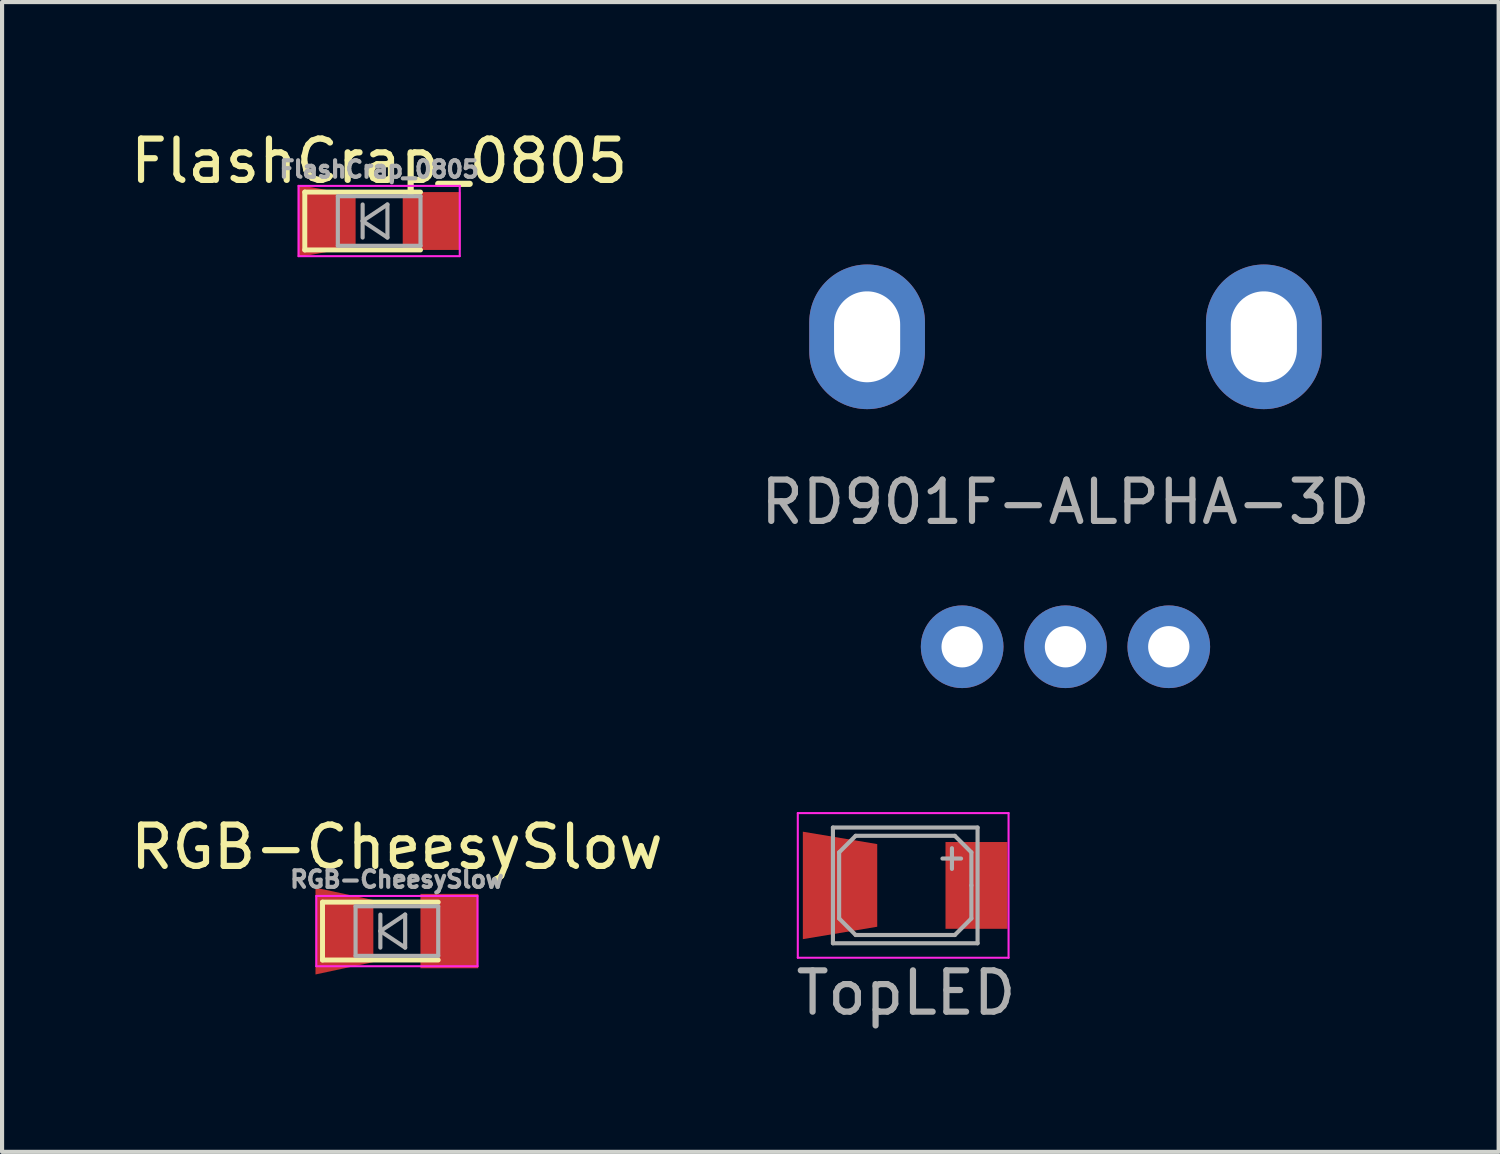
<source format=kicad_pcb>
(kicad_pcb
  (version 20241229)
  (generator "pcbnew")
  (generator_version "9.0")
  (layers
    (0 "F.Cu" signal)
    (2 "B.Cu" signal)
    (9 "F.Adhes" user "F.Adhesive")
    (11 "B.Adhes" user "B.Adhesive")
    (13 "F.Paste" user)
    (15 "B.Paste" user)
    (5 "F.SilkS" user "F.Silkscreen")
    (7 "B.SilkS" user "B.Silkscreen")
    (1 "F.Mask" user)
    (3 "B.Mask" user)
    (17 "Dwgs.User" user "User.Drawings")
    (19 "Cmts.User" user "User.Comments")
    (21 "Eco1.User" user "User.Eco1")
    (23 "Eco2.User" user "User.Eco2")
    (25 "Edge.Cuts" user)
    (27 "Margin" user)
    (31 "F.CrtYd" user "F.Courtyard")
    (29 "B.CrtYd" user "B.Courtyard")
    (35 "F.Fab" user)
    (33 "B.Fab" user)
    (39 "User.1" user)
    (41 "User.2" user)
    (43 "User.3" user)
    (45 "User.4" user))
  (footprint "RGB-CheesySlow"
    (layer "F.Cu")
    (at 6.554 19.48)
    (property "Reference" "RGB-CheesySlow" (at 0 -2.032 0) (layer "F.SilkS") (effects (font (size 1 1) (thickness 0.15))))
    (attr smd)
    (fp_line (start -1.8 -0.7) (end -1.8 0.7) (stroke (width 0.12) (type solid)) (layer "F.SilkS"))
    (fp_line (start -1.8 -0.7) (end 1 -0.7) (stroke (width 0.12) (type solid)) (layer "F.SilkS"))
    (fp_line (start -1.8 0.7) (end 1 0.7) (stroke (width 0.12) (type solid)) (layer "F.SilkS"))
    (fp_line (start -1.95 -0.85) (end 1.95 -0.85) (stroke (width 0.05) (type solid)) (layer "F.CrtYd"))
    (fp_line (start -1.95 0.85) (end -1.95 -0.85) (stroke (width 0.05) (type solid)) (layer "F.CrtYd"))
    (fp_line (start 1.95 -0.85) (end 1.95 0.85) (stroke (width 0.05) (type solid)) (layer "F.CrtYd"))
    (fp_line (start 1.95 0.85) (end -1.95 0.85) (stroke (width 0.05) (type solid)) (layer "F.CrtYd"))
    (fp_line (start -1 -0.6) (end 1 -0.6) (stroke (width 0.1) (type solid)) (layer "F.Fab"))
    (fp_line (start -1 0.6) (end -1 -0.6) (stroke (width 0.1) (type solid)) (layer "F.Fab"))
    (fp_line (start -0.4 -0.4) (end -0.4 0.4) (stroke (width 0.1) (type solid)) (layer "F.Fab"))
    (fp_line (start -0.4 0) (end 0.2 -0.4) (stroke (width 0.1) (type solid)) (layer "F.Fab"))
    (fp_line (start 0.2 -0.4) (end 0.2 0.4) (stroke (width 0.1) (type solid)) (layer "F.Fab"))
    (fp_line (start 0.2 0.4) (end -0.4 0) (stroke (width 0.1) (type solid)) (layer "F.Fab"))
    (fp_line (start 1 -0.6) (end 1 0.6) (stroke (width 0.1) (type solid)) (layer "F.Fab"))
    (fp_line (start 1 0.6) (end -1 0.6) (stroke (width 0.1) (type solid)) (layer "F.Fab"))
    (fp_text user "${REFERENCE}" (at 0 -1.25 0) (layer "F.Fab") (effects (font (size 0.4 0.4) (thickness 0.1))))
    (pad "1" smd trapezoid (at -1.27 0 180) (size 1.4 1.8) (rect_delta -0.3 0) (layers "F.Cu" "F.Mask" "F.Paste"))
    (pad "2" smd rect (at 1.27 0 180) (size 1.4 1.8) (layers "F.Cu" "F.Mask" "F.Paste")))
  (footprint "RD901F-ALPHA-3D"
    (layer "F.Cu")
    (at 22.732 5.1)
    (property "Reference" "RD901F-ALPHA-3D" (at 0 4 0) (layer "F.Fab") (effects (font (size 1 1) (thickness 0.15))))
    (attr through_hole)
    (fp_line (start -5 -5) (end 5 -5) (stroke (width 0.2) (type solid)) (layer "Eco2.User"))
    (fp_line (start -5 0) (end -5 -5) (stroke (width 0.2) (type solid)) (layer "Eco2.User"))
    (fp_line (start -5 6) (end -5 0) (stroke (width 0.2) (type solid)) (layer "Eco2.User"))
    (fp_line (start 5 -5) (end 5 6) (stroke (width 0.2) (type solid)) (layer "Eco2.User"))
    (fp_line (start 5 6) (end -5 6) (stroke (width 0.2) (type solid)) (layer "Eco2.User"))
    (fp_circle (center 0 0) (end 2.236 0) (stroke (width 0.2) (type solid)) (fill no) (layer "Eco2.User"))
    (pad "" thru_hole oval (at -4.8 0) (size 2.8 3.5) (drill oval 1.6 2.2) (layers "*.Cu" "*.Mask"))
    (pad "" thru_hole oval (at 4.8 0) (size 2.8 3.5) (drill oval 1.6 2.2) (layers "*.Cu" "*.Mask"))
    (pad "1" thru_hole circle (at -2.5 7.5) (size 2 2) (drill 1) (layers "*.Cu" "*.Mask"))
    (pad "2" thru_hole circle (at 0 7.5) (size 2 2) (drill 1) (layers "*.Cu" "*.Mask"))
    (pad "3" thru_hole circle (at 2.5 7.5) (size 2 2) (drill 1) (layers "*.Cu" "*.Mask")))
  (footprint "FlashCrap_0805"
    (layer "F.Cu")
    (at 6.125 2.298)
    (property "Reference" "FlashCrap_0805" (at 0 -1.45 0) (layer "F.SilkS") (effects (font (size 1 1) (thickness 0.15))))
    (attr smd)
    (fp_line (start -1.8 -0.7) (end -1.8 0.7) (stroke (width 0.12) (type solid)) (layer "F.SilkS"))
    (fp_line (start -1.8 -0.7) (end 1 -0.7) (stroke (width 0.12) (type solid)) (layer "F.SilkS"))
    (fp_line (start -1.8 0.7) (end 1 0.7) (stroke (width 0.12) (type solid)) (layer "F.SilkS"))
    (fp_line (start -1.95 -0.85) (end 1.95 -0.85) (stroke (width 0.05) (type solid)) (layer "F.CrtYd"))
    (fp_line (start -1.95 0.85) (end -1.95 -0.85) (stroke (width 0.05) (type solid)) (layer "F.CrtYd"))
    (fp_line (start 1.95 -0.85) (end 1.95 0.85) (stroke (width 0.05) (type solid)) (layer "F.CrtYd"))
    (fp_line (start 1.95 0.85) (end -1.95 0.85) (stroke (width 0.05) (type solid)) (layer "F.CrtYd"))
    (fp_line (start -1 -0.6) (end 1 -0.6) (stroke (width 0.1) (type solid)) (layer "F.Fab"))
    (fp_line (start -1 0.6) (end -1 -0.6) (stroke (width 0.1) (type solid)) (layer "F.Fab"))
    (fp_line (start -0.4 -0.4) (end -0.4 0.4) (stroke (width 0.1) (type solid)) (layer "F.Fab"))
    (fp_line (start -0.4 0) (end 0.2 -0.4) (stroke (width 0.1) (type solid)) (layer "F.Fab"))
    (fp_line (start 0.2 -0.4) (end 0.2 0.4) (stroke (width 0.1) (type solid)) (layer "F.Fab"))
    (fp_line (start 0.2 0.4) (end -0.4 0) (stroke (width 0.1) (type solid)) (layer "F.Fab"))
    (fp_line (start 1 -0.6) (end 1 0.6) (stroke (width 0.1) (type solid)) (layer "F.Fab"))
    (fp_line (start 1 0.6) (end -1 0.6) (stroke (width 0.1) (type solid)) (layer "F.Fab"))
    (fp_text user "${REFERENCE}" (at 0 -1.25 0) (layer "F.Fab") (effects (font (size 0.4 0.4) (thickness 0.1))))
    (pad "1" smd trapezoid (at -1.27 0 180) (size 1.4 1.5) (rect_delta -0.25 0) (layers "F.Cu" "F.Mask" "F.Paste"))
    (pad "2" smd rect (at 1.27 0 180) (size 1.4 1.4) (layers "F.Cu" "F.Mask" "F.Paste")))
  (footprint "TopLED"
    (layer "F.Cu")
    (at 19.055 18.375)
    (property "Reference" "TopLED" (at -0.18 2.6 0) (layer "F.Fab") (effects (font (size 1 1) (thickness 0.15))))
    (attr smd)
    (fp_line (start -2.8 -1.75) (end 2.3 -1.75) (stroke (width 0.05) (type solid)) (layer "F.CrtYd"))
    (fp_line (start -2.8 1.75) (end -2.8 -1.75) (stroke (width 0.05) (type solid)) (layer "F.CrtYd"))
    (fp_line (start 2.3 -1.75) (end 2.3 1.75) (stroke (width 0.05) (type solid)) (layer "F.CrtYd"))
    (fp_line (start 2.3 1.75) (end -2.8 1.75) (stroke (width 0.05) (type solid)) (layer "F.CrtYd"))
    (fp_line (start -1.95 -1.4) (end 1.55 -1.4) (stroke (width 0.1) (type solid)) (layer "F.Fab"))
    (fp_line (start -1.95 1.4) (end -1.95 -1.4) (stroke (width 0.1) (type solid)) (layer "F.Fab"))
    (fp_line (start -1.8 -0.8) (end -1.4 -1.2) (stroke (width 0.1) (type solid)) (layer "F.Fab"))
    (fp_line (start -1.8 0.8) (end -1.8 -0.8) (stroke (width 0.1) (type solid)) (layer "F.Fab"))
    (fp_line (start -1.4 -1.2) (end 1 -1.2) (stroke (width 0.1) (type solid)) (layer "F.Fab"))
    (fp_line (start -1.4 1.2) (end -1.8 0.8) (stroke (width 0.1) (type solid)) (layer "F.Fab"))
    (fp_line (start 0.93 -0.4) (end 0.93 -0.9) (stroke (width 0.1) (type solid)) (layer "F.Fab"))
    (fp_line (start 1 -1.2) (end 1.4 -0.8) (stroke (width 0.1) (type solid)) (layer "F.Fab"))
    (fp_line (start 1 1.2) (end -1.4 1.2) (stroke (width 0.1) (type solid)) (layer "F.Fab"))
    (fp_line (start 1.15 -0.65) (end 0.7 -0.65) (stroke (width 0.1) (type solid)) (layer "F.Fab"))
    (fp_line (start 1.4 -0.8) (end 1.4 0) (stroke (width 0.1) (type solid)) (layer "F.Fab"))
    (fp_line (start 1.4 0) (end 1.4 0.8) (stroke (width 0.1) (type solid)) (layer "F.Fab"))
    (fp_line (start 1.4 0.8) (end 1 1.2) (stroke (width 0.1) (type solid)) (layer "F.Fab"))
    (fp_line (start 1.55 -1.4) (end 1.55 1.4) (stroke (width 0.1) (type solid)) (layer "F.Fab"))
    (fp_line (start 1.55 1.4) (end -1.95 1.4) (stroke (width 0.1) (type solid)) (layer "F.Fab"))
    (pad "1" smd trapezoid (at -1.778 0 180) (size 1.8 2.3) (rect_delta -0.3 0) (layers "F.Cu" "F.Mask" "F.Paste"))
    (pad "2" smd rect (at 1.524 0 180) (size 1.5 2.1) (layers "F.Cu" "F.Mask" "F.Paste")))
  (gr_rect
    (start -3 -3)
    (end 33.214 24.823)
    (stroke (width 0.1) (type default))
    (fill no)
    (layer "Edge.Cuts")))
</source>
